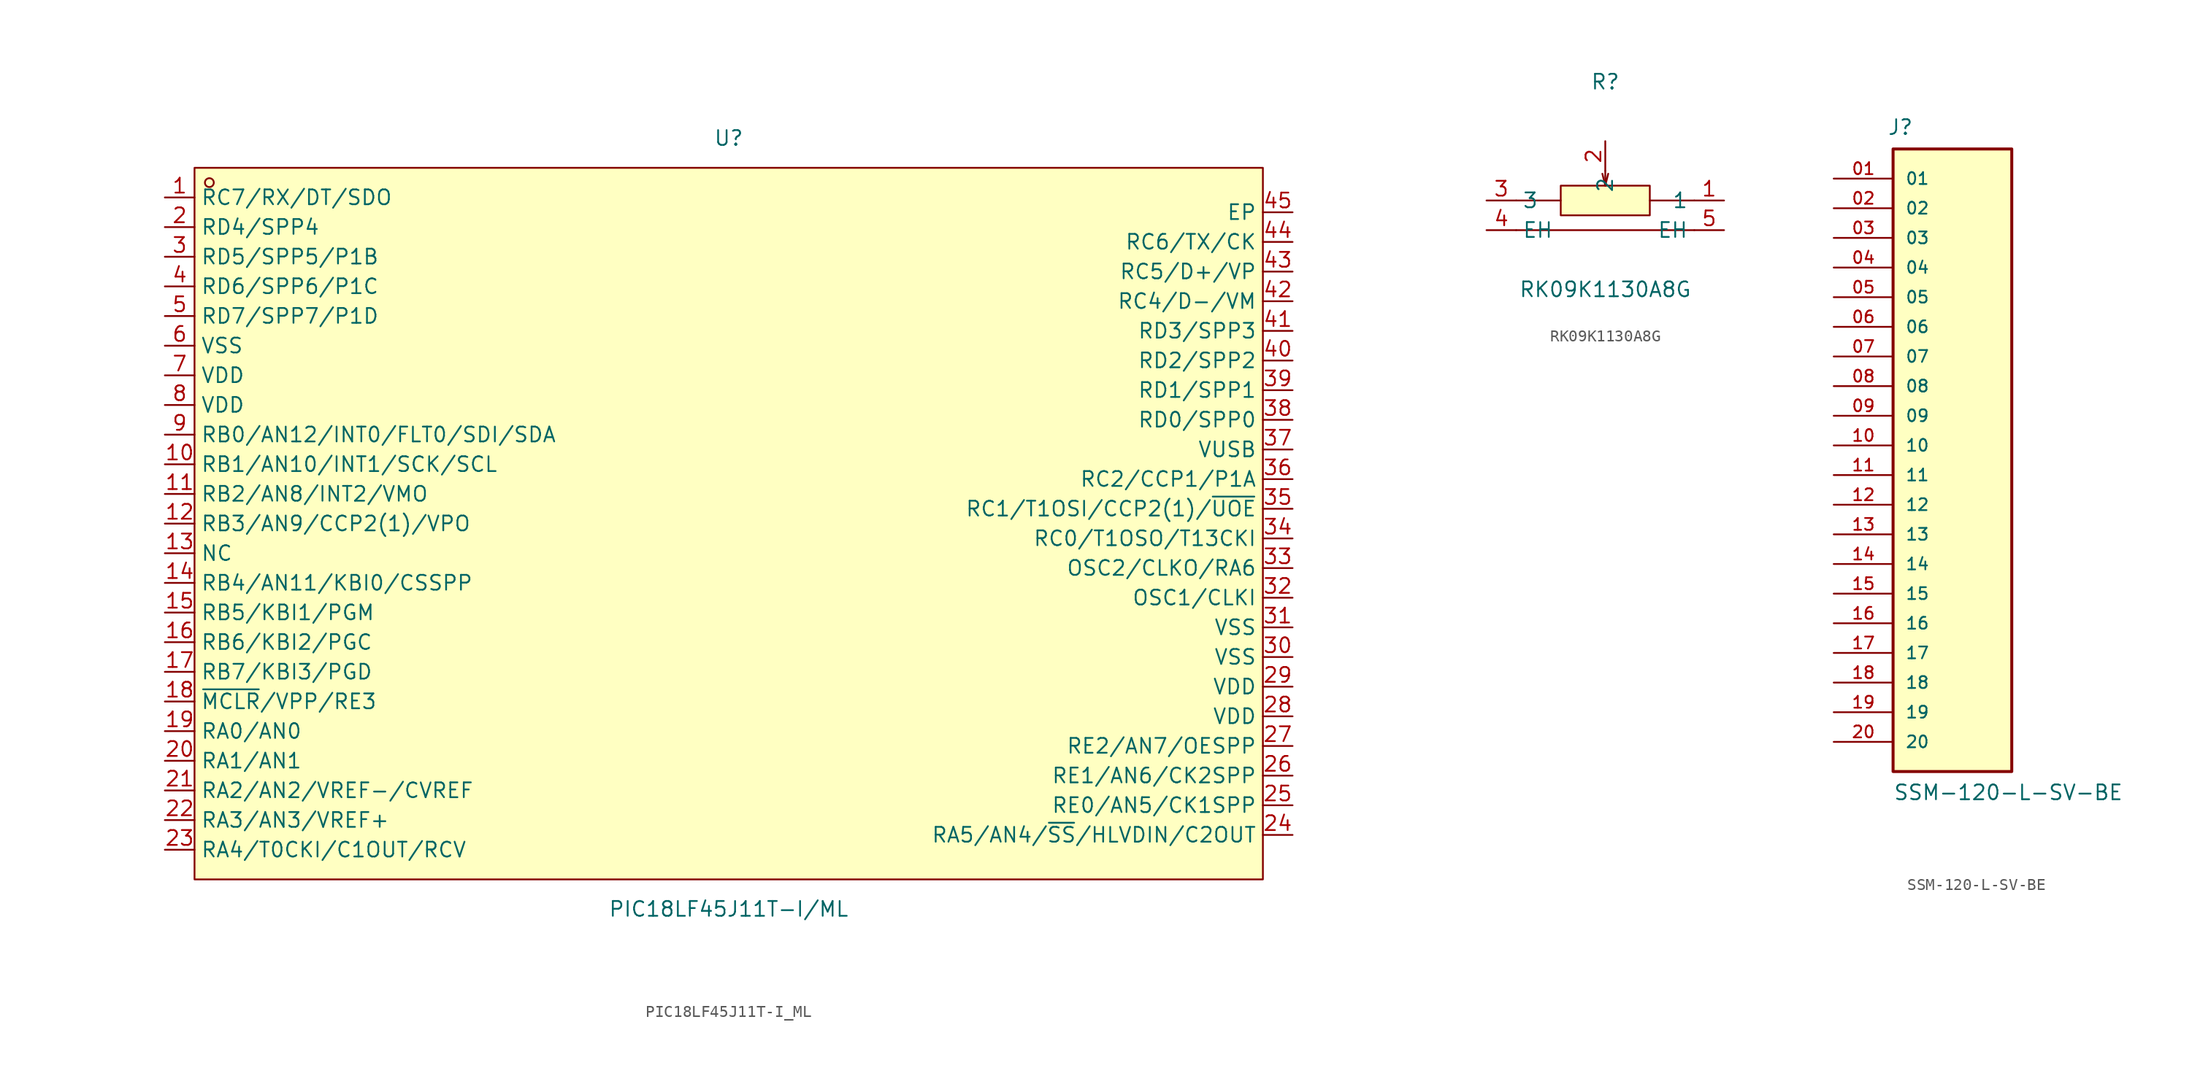
<source format=kicad_sym>
(kicad_symbol_lib
  (version 20241209)
  (generator "kicad_symbol_editor")
  (generator_version "9.0")
  (symbol "PIC18LF45J11T-I_ML"
    (property "Reference" "U"
      (at 0 33.02 0)
      (effects (font (size 1.27 1.27))))
    (property "Value" "PIC18LF45J11T-I/ML"
      (at 0 -33.02 0)
      (effects (font (size 1.27 1.27))))
    (symbol "PIC18LF45J11T-I_ML_0_1"
      (rectangle (start -45.72 30.48) (end 45.72 -30.48) (stroke (width 0) (type default)) (fill (type background)))
      (circle (center -44.45 29.21) (radius 0.38) (stroke (width 0) (type default)) (fill (type none)))
      (pin unspecified line (at -48.26 27.94 0) (length 2.54) (name "RC7/RX/DT/SDO" (effects (font (size 1.27 1.27)))) (number "1" (effects (font (size 1.27 1.27)))))
      (pin unspecified line (at -48.26 25.4 0) (length 2.54) (name "RD4/SPP4" (effects (font (size 1.27 1.27)))) (number "2" (effects (font (size 1.27 1.27)))))
      (pin unspecified line (at -48.26 22.86 0) (length 2.54) (name "RD5/SPP5/P1B" (effects (font (size 1.27 1.27)))) (number "3" (effects (font (size 1.27 1.27)))))
      (pin unspecified line (at -48.26 20.32 0) (length 2.54) (name "RD6/SPP6/P1C" (effects (font (size 1.27 1.27)))) (number "4" (effects (font (size 1.27 1.27)))))
      (pin unspecified line (at -48.26 17.78 0) (length 2.54) (name "RD7/SPP7/P1D" (effects (font (size 1.27 1.27)))) (number "5" (effects (font (size 1.27 1.27)))))
      (pin unspecified line (at -48.26 15.24 0) (length 2.54) (name "VSS" (effects (font (size 1.27 1.27)))) (number "6" (effects (font (size 1.27 1.27)))))
      (pin unspecified line (at -48.26 12.7 0) (length 2.54) (name "VDD" (effects (font (size 1.27 1.27)))) (number "7" (effects (font (size 1.27 1.27)))))
      (pin unspecified line (at -48.26 10.16 0) (length 2.54) (name "VDD" (effects (font (size 1.27 1.27)))) (number "8" (effects (font (size 1.27 1.27)))))
      (pin unspecified line (at -48.26 7.62 0) (length 2.54) (name "RB0/AN12/INT0/FLT0/SDI/SDA" (effects (font (size 1.27 1.27)))) (number "9" (effects (font (size 1.27 1.27)))))
      (pin unspecified line (at -48.26 5.08 0) (length 2.54) (name "RB1/AN10/INT1/SCK/SCL" (effects (font (size 1.27 1.27)))) (number "10" (effects (font (size 1.27 1.27)))))
      (pin unspecified line (at -48.26 2.54 0) (length 2.54) (name "RB2/AN8/INT2/VMO" (effects (font (size 1.27 1.27)))) (number "11" (effects (font (size 1.27 1.27)))))
      (pin unspecified line (at -48.26 0 0) (length 2.54) (name "RB3/AN9/CCP2(1)/VPO" (effects (font (size 1.27 1.27)))) (number "12" (effects (font (size 1.27 1.27)))))
      (pin unspecified line (at -48.26 -2.54 0) (length 2.54) (name "NC" (effects (font (size 1.27 1.27)))) (number "13" (effects (font (size 1.27 1.27)))))
      (pin unspecified line (at -48.26 -5.08 0) (length 2.54) (name "RB4/AN11/KBI0/CSSPP" (effects (font (size 1.27 1.27)))) (number "14" (effects (font (size 1.27 1.27)))))
      (pin unspecified line (at -48.26 -7.62 0) (length 2.54) (name "RB5/KBI1/PGM" (effects (font (size 1.27 1.27)))) (number "15" (effects (font (size 1.27 1.27)))))
      (pin unspecified line (at -48.26 -10.16 0) (length 2.54) (name "RB6/KBI2/PGC" (effects (font (size 1.27 1.27)))) (number "16" (effects (font (size 1.27 1.27)))))
      (pin unspecified line (at -48.26 -12.7 0) (length 2.54) (name "RB7/KBI3/PGD" (effects (font (size 1.27 1.27)))) (number "17" (effects (font (size 1.27 1.27)))))
      (pin unspecified line (at -48.26 -15.24 0) (length 2.54) (name "~{MCLR}/VPP/RE3" (effects (font (size 1.27 1.27)))) (number "18" (effects (font (size 1.27 1.27)))))
      (pin unspecified line (at -48.26 -17.78 0) (length 2.54) (name "RA0/AN0" (effects (font (size 1.27 1.27)))) (number "19" (effects (font (size 1.27 1.27)))))
      (pin unspecified line (at -48.26 -20.32 0) (length 2.54) (name "RA1/AN1" (effects (font (size 1.27 1.27)))) (number "20" (effects (font (size 1.27 1.27)))))
      (pin unspecified line (at -48.26 -22.86 0) (length 2.54) (name "RA2/AN2/VREF-/CVREF" (effects (font (size 1.27 1.27)))) (number "21" (effects (font (size 1.27 1.27)))))
      (pin unspecified line (at -48.26 -25.4 0) (length 2.54) (name "RA3/AN3/VREF+" (effects (font (size 1.27 1.27)))) (number "22" (effects (font (size 1.27 1.27)))))
      (pin unspecified line (at -48.26 -27.94 0) (length 2.54) (name "RA4/T0CKI/C1OUT/RCV" (effects (font (size 1.27 1.27)))) (number "23" (effects (font (size 1.27 1.27)))))
      (pin unspecified line (at 48.26 26.67 180) (length 2.54) (name "EP" (effects (font (size 1.27 1.27)))) (number "45" (effects (font (size 1.27 1.27)))))
      (pin unspecified line (at 48.26 24.13 180) (length 2.54) (name "RC6/TX/CK" (effects (font (size 1.27 1.27)))) (number "44" (effects (font (size 1.27 1.27)))))
      (pin unspecified line (at 48.26 21.59 180) (length 2.54) (name "RC5/D+/VP" (effects (font (size 1.27 1.27)))) (number "43" (effects (font (size 1.27 1.27)))))
      (pin unspecified line (at 48.26 19.05 180) (length 2.54) (name "RC4/D-/VM" (effects (font (size 1.27 1.27)))) (number "42" (effects (font (size 1.27 1.27)))))
      (pin unspecified line (at 48.26 16.51 180) (length 2.54) (name "RD3/SPP3" (effects (font (size 1.27 1.27)))) (number "41" (effects (font (size 1.27 1.27)))))
      (pin unspecified line (at 48.26 13.97 180) (length 2.54) (name "RD2/SPP2" (effects (font (size 1.27 1.27)))) (number "40" (effects (font (size 1.27 1.27)))))
      (pin unspecified line (at 48.26 11.43 180) (length 2.54) (name "RD1/SPP1" (effects (font (size 1.27 1.27)))) (number "39" (effects (font (size 1.27 1.27)))))
      (pin unspecified line (at 48.26 8.89 180) (length 2.54) (name "RD0/SPP0" (effects (font (size 1.27 1.27)))) (number "38" (effects (font (size 1.27 1.27)))))
      (pin unspecified line (at 48.26 6.35 180) (length 2.54) (name "VUSB" (effects (font (size 1.27 1.27)))) (number "37" (effects (font (size 1.27 1.27)))))
      (pin unspecified line (at 48.26 3.81 180) (length 2.54) (name "RC2/CCP1/P1A" (effects (font (size 1.27 1.27)))) (number "36" (effects (font (size 1.27 1.27)))))
      (pin unspecified line (at 48.26 1.27 180) (length 2.54) (name "RC1/T1OSI/CCP2(1)/~{UOE}" (effects (font (size 1.27 1.27)))) (number "35" (effects (font (size 1.27 1.27)))))
      (pin unspecified line (at 48.26 -1.27 180) (length 2.54) (name "RC0/T1OSO/T13CKI" (effects (font (size 1.27 1.27)))) (number "34" (effects (font (size 1.27 1.27)))))
      (pin unspecified line (at 48.26 -3.81 180) (length 2.54) (name "OSC2/CLKO/RA6" (effects (font (size 1.27 1.27)))) (number "33" (effects (font (size 1.27 1.27)))))
      (pin unspecified line (at 48.26 -6.35 180) (length 2.54) (name "OSC1/CLKI" (effects (font (size 1.27 1.27)))) (number "32" (effects (font (size 1.27 1.27)))))
      (pin unspecified line (at 48.26 -8.89 180) (length 2.54) (name "VSS" (effects (font (size 1.27 1.27)))) (number "31" (effects (font (size 1.27 1.27)))))
      (pin unspecified line (at 48.26 -11.43 180) (length 2.54) (name "VSS" (effects (font (size 1.27 1.27)))) (number "30" (effects (font (size 1.27 1.27)))))
      (pin unspecified line (at 48.26 -13.97 180) (length 2.54) (name "VDD" (effects (font (size 1.27 1.27)))) (number "29" (effects (font (size 1.27 1.27)))))
      (pin unspecified line (at 48.26 -16.51 180) (length 2.54) (name "VDD" (effects (font (size 1.27 1.27)))) (number "28" (effects (font (size 1.27 1.27)))))
      (pin unspecified line (at 48.26 -19.05 180) (length 2.54) (name "RE2/AN7/OESPP" (effects (font (size 1.27 1.27)))) (number "27" (effects (font (size 1.27 1.27)))))
      (pin unspecified line (at 48.26 -21.59 180) (length 2.54) (name "RE1/AN6/CK2SPP" (effects (font (size 1.27 1.27)))) (number "26" (effects (font (size 1.27 1.27)))))
      (pin unspecified line (at 48.26 -24.13 180) (length 2.54) (name "RE0/AN5/CK1SPP" (effects (font (size 1.27 1.27)))) (number "25" (effects (font (size 1.27 1.27)))))
      (pin unspecified line (at 48.26 -26.67 180) (length 2.54) (name "RA5/AN4/~{SS}/HLVDIN/C2OUT" (effects (font (size 1.27 1.27)))) (number "24" (effects (font (size 1.27 1.27)))))))
  (symbol "RK09K1130A8G"
    (property "Reference" "R"
      (at 0 10.16 0)
      (effects (font (size 1.27 1.27))))
    (property "Value" "RK09K1130A8G"
      (at 0 -7.62 0)
      (effects (font (size 1.27 1.27))))
    (symbol "RK09K1130A8G_0_1"
      (polyline (pts (xy -7.62 -2.54) (xy 7.62 -2.54)) (stroke (width 0) (type default)) (fill (type none)))
      (rectangle (start -3.81 1.27) (end 3.81 -1.27) (stroke (width 0) (type default)) (fill (type background)))
      (polyline (pts (xy -3.81 0) (xy -7.62 0)) (stroke (width 0) (type default)) (fill (type none)))
      (polyline (pts (xy 0 2.54) (xy 0 2.54) (xy 0 1.27) (xy 0.25 2.29)) (stroke (width 0) (type default)) (fill (type none)))
      (polyline (pts (xy 0 1.27) (xy -0.25 2.29)) (stroke (width 0) (type default)) (fill (type none)))
      (polyline (pts (xy 3.81 0) (xy 7.62 0)) (stroke (width 0) (type default)) (fill (type none)))
      (pin unspecified line (at -10.16 0 0) (length 2.54) (name "3" (effects (font (size 1.27 1.27)))) (number "3" (effects (font (size 1.27 1.27)))))
      (pin unspecified line (at -10.16 -2.54 0) (length 2.54) (name "EH" (effects (font (size 1.27 1.27)))) (number "4" (effects (font (size 1.27 1.27)))))
      (pin unspecified line (at 0 5.08 270) (length 2.54) (name "2" (effects (font (size 1.27 1.27)))) (number "2" (effects (font (size 1.27 1.27)))))
      (pin unspecified line (at 10.16 0 180) (length 2.54) (name "1" (effects (font (size 1.27 1.27)))) (number "1" (effects (font (size 1.27 1.27)))))
      (pin unspecified line (at 10.16 -2.54 180) (length 2.54) (name "EH" (effects (font (size 1.27 1.27)))) (number "5" (effects (font (size 1.27 1.27)))))))
  (symbol "SSM-120-L-SV-BE"
    (pin_names
      (offset 1.016))
    (property "Reference" "J"
      (at -5.58 26.516 0)
      (effects (font (size 1.27 1.27)) (justify left bottom)))
    (property "Value" "SSM-120-L-SV-BE"
      (at -5.08 -30.48 0)
      (effects (font (size 1.27 1.27)) (justify left bottom)))
    (symbol "SSM-120-L-SV-BE_0_0"
      (rectangle (start -5.08 -27.94) (end 5.08 25.4) (stroke (width 0.254) (type default)) (fill (type background)))
      (pin passive line (at -10.16 22.86 0) (length 5.08) (name "01" (effects (font (size 1.016 1.016)))) (number "01" (effects (font (size 1.016 1.016)))))
      (pin passive line (at -10.16 20.32 0) (length 5.08) (name "02" (effects (font (size 1.016 1.016)))) (number "02" (effects (font (size 1.016 1.016)))))
      (pin passive line (at -10.16 17.78 0) (length 5.08) (name "03" (effects (font (size 1.016 1.016)))) (number "03" (effects (font (size 1.016 1.016)))))
      (pin passive line (at -10.16 15.24 0) (length 5.08) (name "04" (effects (font (size 1.016 1.016)))) (number "04" (effects (font (size 1.016 1.016)))))
      (pin passive line (at -10.16 12.7 0) (length 5.08) (name "05" (effects (font (size 1.016 1.016)))) (number "05" (effects (font (size 1.016 1.016)))))
      (pin passive line (at -10.16 10.16 0) (length 5.08) (name "06" (effects (font (size 1.016 1.016)))) (number "06" (effects (font (size 1.016 1.016)))))
      (pin passive line (at -10.16 7.62 0) (length 5.08) (name "07" (effects (font (size 1.016 1.016)))) (number "07" (effects (font (size 1.016 1.016)))))
      (pin passive line (at -10.16 5.08 0) (length 5.08) (name "08" (effects (font (size 1.016 1.016)))) (number "08" (effects (font (size 1.016 1.016)))))
      (pin passive line (at -10.16 2.54 0) (length 5.08) (name "09" (effects (font (size 1.016 1.016)))) (number "09" (effects (font (size 1.016 1.016)))))
      (pin passive line (at -10.16 0 0) (length 5.08) (name "10" (effects (font (size 1.016 1.016)))) (number "10" (effects (font (size 1.016 1.016)))))
      (pin passive line (at -10.16 -2.54 0) (length 5.08) (name "11" (effects (font (size 1.016 1.016)))) (number "11" (effects (font (size 1.016 1.016)))))
      (pin passive line (at -10.16 -5.08 0) (length 5.08) (name "12" (effects (font (size 1.016 1.016)))) (number "12" (effects (font (size 1.016 1.016)))))
      (pin passive line (at -10.16 -7.62 0) (length 5.08) (name "13" (effects (font (size 1.016 1.016)))) (number "13" (effects (font (size 1.016 1.016)))))
      (pin passive line (at -10.16 -10.16 0) (length 5.08) (name "14" (effects (font (size 1.016 1.016)))) (number "14" (effects (font (size 1.016 1.016)))))
      (pin passive line (at -10.16 -12.7 0) (length 5.08) (name "15" (effects (font (size 1.016 1.016)))) (number "15" (effects (font (size 1.016 1.016)))))
      (pin passive line (at -10.16 -15.24 0) (length 5.08) (name "16" (effects (font (size 1.016 1.016)))) (number "16" (effects (font (size 1.016 1.016)))))
      (pin passive line (at -10.16 -17.78 0) (length 5.08) (name "17" (effects (font (size 1.016 1.016)))) (number "17" (effects (font (size 1.016 1.016)))))
      (pin passive line (at -10.16 -20.32 0) (length 5.08) (name "18" (effects (font (size 1.016 1.016)))) (number "18" (effects (font (size 1.016 1.016)))))
      (pin passive line (at -10.16 -22.86 0) (length 5.08) (name "19" (effects (font (size 1.016 1.016)))) (number "19" (effects (font (size 1.016 1.016)))))
      (pin passive line (at -10.16 -25.4 0) (length 5.08) (name "20" (effects (font (size 1.016 1.016)))) (number "20" (effects (font (size 1.016 1.016))))))))
</source>
